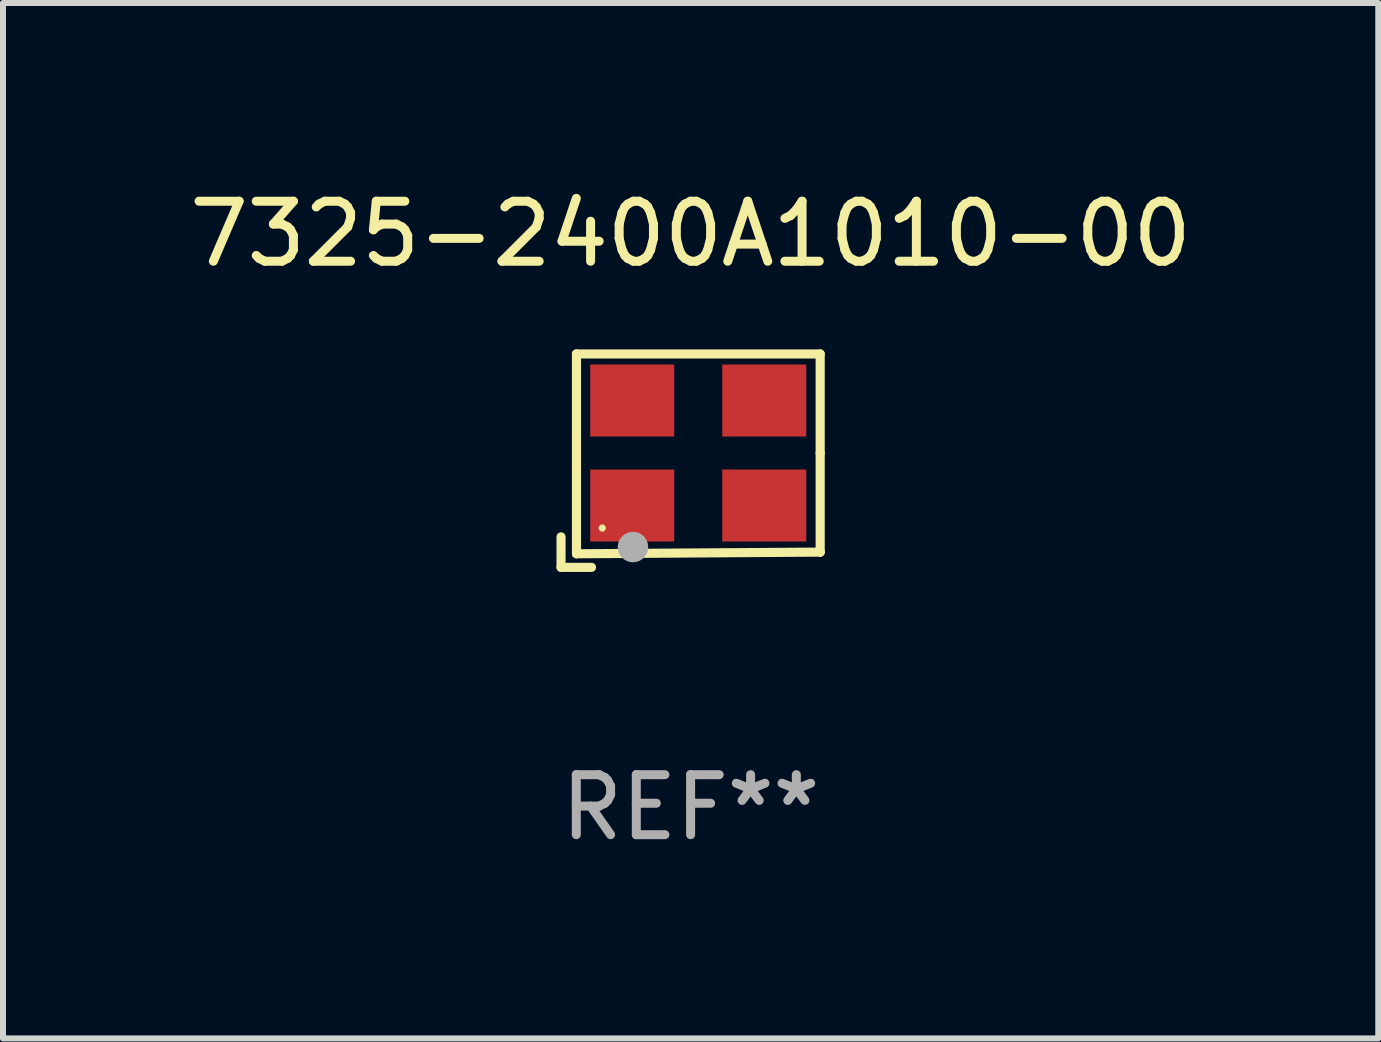
<source format=kicad_pcb>
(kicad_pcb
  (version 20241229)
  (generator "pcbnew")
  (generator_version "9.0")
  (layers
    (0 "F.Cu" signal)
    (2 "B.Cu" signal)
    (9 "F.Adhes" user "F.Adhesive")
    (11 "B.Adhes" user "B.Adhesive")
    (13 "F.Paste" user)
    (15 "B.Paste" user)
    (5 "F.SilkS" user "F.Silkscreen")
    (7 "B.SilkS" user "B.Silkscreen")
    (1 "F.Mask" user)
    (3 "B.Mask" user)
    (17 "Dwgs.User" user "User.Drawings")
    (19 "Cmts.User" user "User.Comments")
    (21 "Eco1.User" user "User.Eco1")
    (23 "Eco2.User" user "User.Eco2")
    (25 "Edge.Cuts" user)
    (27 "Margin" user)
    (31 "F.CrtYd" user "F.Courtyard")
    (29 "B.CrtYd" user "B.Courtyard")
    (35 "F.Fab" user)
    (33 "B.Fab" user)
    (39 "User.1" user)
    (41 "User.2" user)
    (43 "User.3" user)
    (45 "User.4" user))
  (footprint "7325-2400A1010-00"
    (layer "F.Cu")
    (at 8.458 4.626)
    (property "Reference" "7325-2400A1010-00" (at 0 -3.778 0) (layer "F.SilkS") (effects (font (size 1 1) (thickness 0.15))))
    (attr through_hole)
    (fp_line (start -2.159 1.27) (end -2.159 1.778) (stroke (width 0.152) (type solid)) (layer "F.SilkS"))
    (fp_line (start -2.159 1.778) (end -1.651 1.778) (stroke (width 0.152) (type solid)) (layer "F.SilkS"))
    (fp_line (start -1.902 -1.778) (end 2.159 -1.778) (stroke (width 0.152) (type solid)) (layer "F.SilkS"))
    (fp_line (start -1.902 1.552) (end -1.902 -1.778) (stroke (width 0.152) (type solid)) (layer "F.SilkS"))
    (fp_line (start 2.159 -1.778) (end 2.159 -0.127) (stroke (width 0.152) (type solid)) (layer "F.SilkS"))
    (fp_line (start 2.159 -0.127) (end 2.159 1.524) (stroke (width 0.152) (type solid)) (layer "F.SilkS"))
    (fp_line (start 2.159 1.524) (end -1.902 1.552) (stroke (width 0.152) (type solid)) (layer "F.SilkS"))
    (fp_line (start 2.159 1.524) (end 2.159 1.524) (stroke (width 0.152) (type solid)) (layer "F.SilkS"))
    (fp_circle (center -1.473 1.123) (end -1.443 1.123) (stroke (width 0.06) (type solid)) (fill no) (layer "F.SilkS"))
    (fp_circle (center -0.961 1.44) (end -0.834 1.44) (stroke (width 0.254) (type solid)) (fill no) (layer "F.Fab"))
    (fp_text user "REF**" (at 0 5.778 0) (layer "F.Fab") (effects (font (size 1 1) (thickness 0.15))))
    (pad "1" smd rect (at -0.973 0.748) (size 1.4 1.2) (layers "F.Cu" "F.Mask" "F.Paste"))
    (pad "2" smd rect (at 1.227 0.748) (size 1.4 1.2) (layers "F.Cu" "F.Mask" "F.Paste"))
    (pad "3" smd rect (at 1.227 -1.002) (size 1.4 1.2) (layers "F.Cu" "F.Mask" "F.Paste"))
    (pad "4" smd rect (at -0.973 -1.002) (size 1.4 1.2) (layers "F.Cu" "F.Mask" "F.Paste")))
  (gr_rect
    (start -3 -3)
    (end 19.917 14.253)
    (stroke (width 0.1) (type default))
    (fill no)
    (layer "Edge.Cuts")))
</source>
